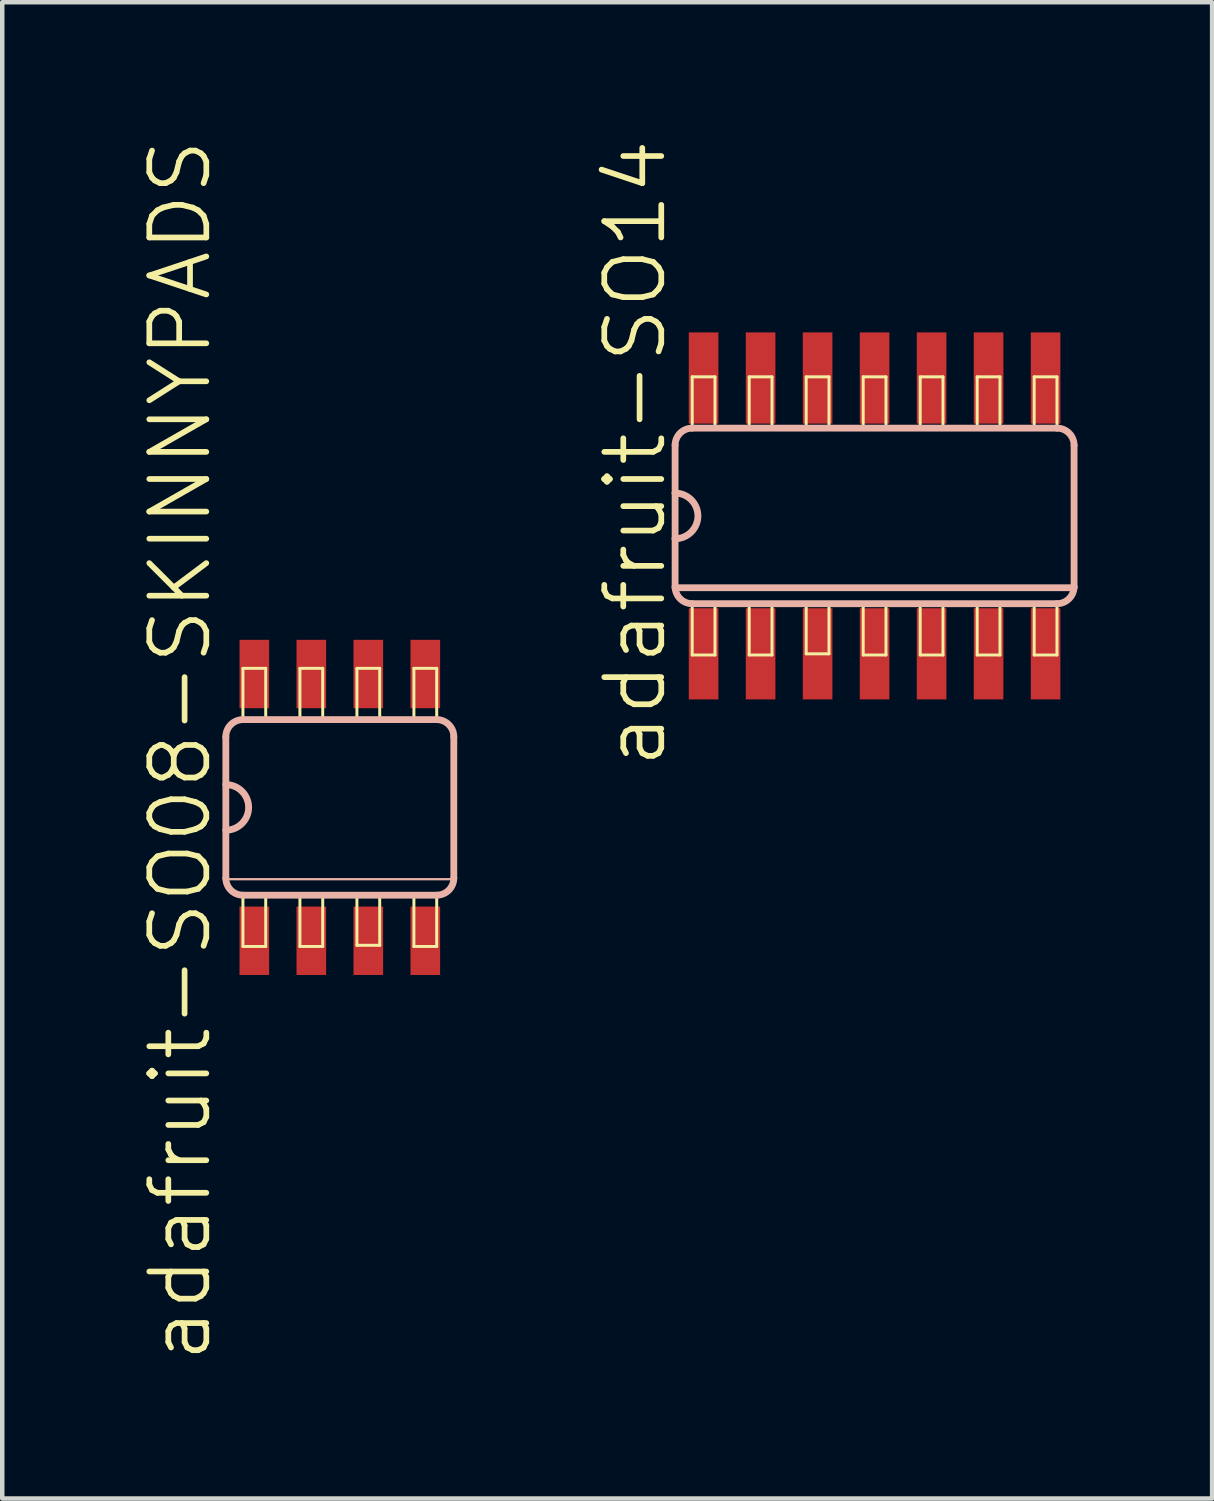
<source format=kicad_pcb>
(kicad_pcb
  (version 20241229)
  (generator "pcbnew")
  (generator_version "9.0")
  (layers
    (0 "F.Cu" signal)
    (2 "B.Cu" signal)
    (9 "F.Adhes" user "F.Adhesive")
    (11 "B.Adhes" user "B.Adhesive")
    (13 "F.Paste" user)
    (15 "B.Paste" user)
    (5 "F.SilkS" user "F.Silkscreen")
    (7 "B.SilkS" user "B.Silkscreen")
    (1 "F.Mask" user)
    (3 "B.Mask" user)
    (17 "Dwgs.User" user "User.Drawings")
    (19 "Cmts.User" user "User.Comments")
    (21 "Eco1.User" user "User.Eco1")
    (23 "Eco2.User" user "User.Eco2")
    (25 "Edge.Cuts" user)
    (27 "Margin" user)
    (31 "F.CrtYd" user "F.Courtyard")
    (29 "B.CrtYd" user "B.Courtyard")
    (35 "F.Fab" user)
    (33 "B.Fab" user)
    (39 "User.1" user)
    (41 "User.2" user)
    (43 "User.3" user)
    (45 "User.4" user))
  (footprint "adafruit-SO14"
    (layer "F.Cu")
    (at 16.438 8.446)
    (property "Reference" "adafruit-SO14" (at -5.334 -1.397 90) (layer "F.SilkS") (effects (font (size 1.27 1.27) (thickness 0.127))))
    (attr smd)
    (fp_line (start -4.064 -3.099) (end -3.556 -3.099) (stroke (width 0.066) (type solid)) (layer "F.SilkS"))
    (fp_line (start -4.064 -1.956) (end -4.064 -3.099) (stroke (width 0.066) (type solid)) (layer "F.SilkS"))
    (fp_line (start -4.064 -1.956) (end -3.556 -1.956) (stroke (width 0.066) (type solid)) (layer "F.SilkS"))
    (fp_line (start -4.064 1.956) (end -3.556 1.956) (stroke (width 0.066) (type solid)) (layer "F.SilkS"))
    (fp_line (start -4.064 3.099) (end -4.064 1.956) (stroke (width 0.066) (type solid)) (layer "F.SilkS"))
    (fp_line (start -4.064 3.099) (end -3.556 3.099) (stroke (width 0.066) (type solid)) (layer "F.SilkS"))
    (fp_line (start -3.556 -1.956) (end -3.556 -3.099) (stroke (width 0.066) (type solid)) (layer "F.SilkS"))
    (fp_line (start -3.556 3.099) (end -3.556 1.956) (stroke (width 0.066) (type solid)) (layer "F.SilkS"))
    (fp_line (start -2.794 -3.099) (end -2.286 -3.099) (stroke (width 0.066) (type solid)) (layer "F.SilkS"))
    (fp_line (start -2.794 -1.956) (end -2.794 -3.099) (stroke (width 0.066) (type solid)) (layer "F.SilkS"))
    (fp_line (start -2.794 -1.956) (end -2.286 -1.956) (stroke (width 0.066) (type solid)) (layer "F.SilkS"))
    (fp_line (start -2.794 1.956) (end -2.286 1.956) (stroke (width 0.066) (type solid)) (layer "F.SilkS"))
    (fp_line (start -2.794 3.099) (end -2.794 1.956) (stroke (width 0.066) (type solid)) (layer "F.SilkS"))
    (fp_line (start -2.794 3.099) (end -2.286 3.099) (stroke (width 0.066) (type solid)) (layer "F.SilkS"))
    (fp_line (start -2.286 -1.956) (end -2.286 -3.099) (stroke (width 0.066) (type solid)) (layer "F.SilkS"))
    (fp_line (start -2.286 3.099) (end -2.286 1.956) (stroke (width 0.066) (type solid)) (layer "F.SilkS"))
    (fp_line (start -1.524 -3.099) (end -1.016 -3.099) (stroke (width 0.066) (type solid)) (layer "F.SilkS"))
    (fp_line (start -1.524 -1.956) (end -1.524 -3.099) (stroke (width 0.066) (type solid)) (layer "F.SilkS"))
    (fp_line (start -1.524 -1.956) (end -1.016 -1.956) (stroke (width 0.066) (type solid)) (layer "F.SilkS"))
    (fp_line (start -1.524 1.93) (end -1.016 1.93) (stroke (width 0.066) (type solid)) (layer "F.SilkS"))
    (fp_line (start -1.524 3.073) (end -1.524 1.93) (stroke (width 0.066) (type solid)) (layer "F.SilkS"))
    (fp_line (start -1.524 3.073) (end -1.016 3.073) (stroke (width 0.066) (type solid)) (layer "F.SilkS"))
    (fp_line (start -1.016 -1.956) (end -1.016 -3.099) (stroke (width 0.066) (type solid)) (layer "F.SilkS"))
    (fp_line (start -1.016 3.073) (end -1.016 1.93) (stroke (width 0.066) (type solid)) (layer "F.SilkS"))
    (fp_line (start -0.254 -3.099) (end 0.254 -3.099) (stroke (width 0.066) (type solid)) (layer "F.SilkS"))
    (fp_line (start -0.254 -1.956) (end -0.254 -3.099) (stroke (width 0.066) (type solid)) (layer "F.SilkS"))
    (fp_line (start -0.254 -1.956) (end 0.254 -1.956) (stroke (width 0.066) (type solid)) (layer "F.SilkS"))
    (fp_line (start -0.254 1.956) (end 0.254 1.956) (stroke (width 0.066) (type solid)) (layer "F.SilkS"))
    (fp_line (start -0.254 3.099) (end -0.254 1.956) (stroke (width 0.066) (type solid)) (layer "F.SilkS"))
    (fp_line (start -0.254 3.099) (end 0.254 3.099) (stroke (width 0.066) (type solid)) (layer "F.SilkS"))
    (fp_line (start 0.254 -1.956) (end 0.254 -3.099) (stroke (width 0.066) (type solid)) (layer "F.SilkS"))
    (fp_line (start 0.254 3.099) (end 0.254 1.956) (stroke (width 0.066) (type solid)) (layer "F.SilkS"))
    (fp_line (start 1.016 -3.099) (end 1.524 -3.099) (stroke (width 0.066) (type solid)) (layer "F.SilkS"))
    (fp_line (start 1.016 -1.956) (end 1.016 -3.099) (stroke (width 0.066) (type solid)) (layer "F.SilkS"))
    (fp_line (start 1.016 -1.956) (end 1.524 -1.956) (stroke (width 0.066) (type solid)) (layer "F.SilkS"))
    (fp_line (start 1.016 1.956) (end 1.524 1.956) (stroke (width 0.066) (type solid)) (layer "F.SilkS"))
    (fp_line (start 1.016 3.099) (end 1.016 1.956) (stroke (width 0.066) (type solid)) (layer "F.SilkS"))
    (fp_line (start 1.016 3.099) (end 1.524 3.099) (stroke (width 0.066) (type solid)) (layer "F.SilkS"))
    (fp_line (start 1.524 -1.956) (end 1.524 -3.099) (stroke (width 0.066) (type solid)) (layer "F.SilkS"))
    (fp_line (start 1.524 3.099) (end 1.524 1.956) (stroke (width 0.066) (type solid)) (layer "F.SilkS"))
    (fp_line (start 2.286 -3.099) (end 2.794 -3.099) (stroke (width 0.066) (type solid)) (layer "F.SilkS"))
    (fp_line (start 2.286 -1.956) (end 2.286 -3.099) (stroke (width 0.066) (type solid)) (layer "F.SilkS"))
    (fp_line (start 2.286 -1.956) (end 2.794 -1.956) (stroke (width 0.066) (type solid)) (layer "F.SilkS"))
    (fp_line (start 2.286 1.956) (end 2.794 1.956) (stroke (width 0.066) (type solid)) (layer "F.SilkS"))
    (fp_line (start 2.286 3.099) (end 2.286 1.956) (stroke (width 0.066) (type solid)) (layer "F.SilkS"))
    (fp_line (start 2.286 3.099) (end 2.794 3.099) (stroke (width 0.066) (type solid)) (layer "F.SilkS"))
    (fp_line (start 2.794 -1.956) (end 2.794 -3.099) (stroke (width 0.066) (type solid)) (layer "F.SilkS"))
    (fp_line (start 2.794 3.099) (end 2.794 1.956) (stroke (width 0.066) (type solid)) (layer "F.SilkS"))
    (fp_line (start 3.556 -3.099) (end 4.064 -3.099) (stroke (width 0.066) (type solid)) (layer "F.SilkS"))
    (fp_line (start 3.556 -1.956) (end 3.556 -3.099) (stroke (width 0.066) (type solid)) (layer "F.SilkS"))
    (fp_line (start 3.556 -1.956) (end 4.064 -1.956) (stroke (width 0.066) (type solid)) (layer "F.SilkS"))
    (fp_line (start 3.556 1.956) (end 4.064 1.956) (stroke (width 0.066) (type solid)) (layer "F.SilkS"))
    (fp_line (start 3.556 3.099) (end 3.556 1.956) (stroke (width 0.066) (type solid)) (layer "F.SilkS"))
    (fp_line (start 3.556 3.099) (end 4.064 3.099) (stroke (width 0.066) (type solid)) (layer "F.SilkS"))
    (fp_line (start 4.064 -1.956) (end 4.064 -3.099) (stroke (width 0.066) (type solid)) (layer "F.SilkS"))
    (fp_line (start 4.064 3.099) (end 4.064 1.956) (stroke (width 0.066) (type solid)) (layer "F.SilkS"))
    (fp_line (start -4.445 -1.575) (end -4.445 -0.508) (stroke (width 0.152) (type solid)) (layer "B.SilkS"))
    (fp_line (start -4.445 -0.508) (end -4.445 0.508) (stroke (width 0.152) (type solid)) (layer "B.SilkS"))
    (fp_line (start -4.445 0.508) (end -4.445 1.575) (stroke (width 0.152) (type solid)) (layer "B.SilkS"))
    (fp_line (start -4.445 1.6) (end 4.445 1.6) (stroke (width 0.152) (type solid)) (layer "B.SilkS"))
    (fp_line (start -4.064 1.956) (end 4.064 1.956) (stroke (width 0.152) (type solid)) (layer "B.SilkS"))
    (fp_line (start 4.064 -1.956) (end -4.064 -1.956) (stroke (width 0.152) (type solid)) (layer "B.SilkS"))
    (fp_line (start 4.445 1.575) (end 4.445 -1.575) (stroke (width 0.152) (type solid)) (layer "B.SilkS"))
    (fp_arc (start -4.445 -1.5748) (mid -4.333408 -1.844208) (end -4.064 -1.9558) (stroke (width 0.1524) (type solid)) (layer "B.SilkS"))
    (fp_arc (start -4.445 -0.508) (mid -3.937 0) (end -4.445 0.508) (stroke (width 0.1524) (type solid)) (layer "B.SilkS"))
    (fp_arc (start -4.064 1.9558) (mid -4.333408 1.844208) (end -4.445 1.5748) (stroke (width 0.1524) (type solid)) (layer "B.SilkS"))
    (fp_arc (start 4.064 -1.9558) (mid 4.333408 -1.844208) (end 4.445 -1.5748) (stroke (width 0.1524) (type solid)) (layer "B.SilkS"))
    (fp_arc (start 4.445 1.5748) (mid 4.333408 1.844208) (end 4.064 1.9558) (stroke (width 0.1524) (type solid)) (layer "B.SilkS"))
    (pad "1" smd rect (at -3.81 3.073) (size 0.66 2.032) (layers "F.Cu" "F.Mask" "F.Paste"))
    (pad "2" smd rect (at -2.54 3.073) (size 0.66 2.032) (layers "F.Cu" "F.Mask" "F.Paste"))
    (pad "3" smd rect (at -1.27 3.073) (size 0.66 2.032) (layers "F.Cu" "F.Mask" "F.Paste"))
    (pad "4" smd rect (at 0 3.073) (size 0.66 2.032) (layers "F.Cu" "F.Mask" "F.Paste"))
    (pad "5" smd rect (at 1.27 3.073) (size 0.66 2.032) (layers "F.Cu" "F.Mask" "F.Paste"))
    (pad "6" smd rect (at 2.54 3.073) (size 0.66 2.032) (layers "F.Cu" "F.Mask" "F.Paste"))
    (pad "7" smd rect (at 3.81 3.073) (size 0.66 2.032) (layers "F.Cu" "F.Mask" "F.Paste"))
    (pad "8" smd rect (at 3.81 -3.073) (size 0.66 2.032) (layers "F.Cu" "F.Mask" "F.Paste"))
    (pad "9" smd rect (at 2.54 -3.073) (size 0.66 2.032) (layers "F.Cu" "F.Mask" "F.Paste"))
    (pad "10" smd rect (at 1.27 -3.073) (size 0.66 2.032) (layers "F.Cu" "F.Mask" "F.Paste"))
    (pad "11" smd rect (at 0 -3.073) (size 0.66 2.032) (layers "F.Cu" "F.Mask" "F.Paste"))
    (pad "12" smd rect (at -1.27 -3.073) (size 0.66 2.032) (layers "F.Cu" "F.Mask" "F.Paste"))
    (pad "13" smd rect (at -2.54 -3.073) (size 0.66 2.032) (layers "F.Cu" "F.Mask" "F.Paste"))
    (pad "14" smd rect (at -3.81 -3.073) (size 0.66 2.032) (layers "F.Cu" "F.Mask" "F.Paste")))
  (footprint "adafruit-SO08-SKINNYPADS"
    (layer "F.Cu")
    (at 4.522 14.941)
    (property "Reference" "adafruit-SO08-SKINNYPADS" (at -3.556 -1.27 90) (layer "F.SilkS") (effects (font (size 1.27 1.27) (thickness 0.127))))
    (attr smd)
    (fp_line (start -2.159 -3.099) (end -1.651 -3.099) (stroke (width 0.066) (type solid)) (layer "F.SilkS"))
    (fp_line (start -2.159 -1.956) (end -2.159 -3.099) (stroke (width 0.066) (type solid)) (layer "F.SilkS"))
    (fp_line (start -2.159 -1.956) (end -1.651 -1.956) (stroke (width 0.066) (type solid)) (layer "F.SilkS"))
    (fp_line (start -2.159 1.956) (end -1.651 1.956) (stroke (width 0.066) (type solid)) (layer "F.SilkS"))
    (fp_line (start -2.159 3.099) (end -2.159 1.956) (stroke (width 0.066) (type solid)) (layer "F.SilkS"))
    (fp_line (start -2.159 3.099) (end -1.651 3.099) (stroke (width 0.066) (type solid)) (layer "F.SilkS"))
    (fp_line (start -1.651 -1.956) (end -1.651 -3.099) (stroke (width 0.066) (type solid)) (layer "F.SilkS"))
    (fp_line (start -1.651 3.099) (end -1.651 1.956) (stroke (width 0.066) (type solid)) (layer "F.SilkS"))
    (fp_line (start -0.889 -3.099) (end -0.381 -3.099) (stroke (width 0.066) (type solid)) (layer "F.SilkS"))
    (fp_line (start -0.889 -1.956) (end -0.889 -3.099) (stroke (width 0.066) (type solid)) (layer "F.SilkS"))
    (fp_line (start -0.889 -1.956) (end -0.381 -1.956) (stroke (width 0.066) (type solid)) (layer "F.SilkS"))
    (fp_line (start -0.889 1.956) (end -0.381 1.956) (stroke (width 0.066) (type solid)) (layer "F.SilkS"))
    (fp_line (start -0.889 3.099) (end -0.889 1.956) (stroke (width 0.066) (type solid)) (layer "F.SilkS"))
    (fp_line (start -0.889 3.099) (end -0.381 3.099) (stroke (width 0.066) (type solid)) (layer "F.SilkS"))
    (fp_line (start -0.381 -1.956) (end -0.381 -3.099) (stroke (width 0.066) (type solid)) (layer "F.SilkS"))
    (fp_line (start -0.381 3.099) (end -0.381 1.956) (stroke (width 0.066) (type solid)) (layer "F.SilkS"))
    (fp_line (start 0.381 -3.099) (end 0.889 -3.099) (stroke (width 0.066) (type solid)) (layer "F.SilkS"))
    (fp_line (start 0.381 -1.956) (end 0.381 -3.099) (stroke (width 0.066) (type solid)) (layer "F.SilkS"))
    (fp_line (start 0.381 -1.956) (end 0.889 -1.956) (stroke (width 0.066) (type solid)) (layer "F.SilkS"))
    (fp_line (start 0.381 1.93) (end 0.889 1.93) (stroke (width 0.066) (type solid)) (layer "F.SilkS"))
    (fp_line (start 0.381 3.073) (end 0.381 1.93) (stroke (width 0.066) (type solid)) (layer "F.SilkS"))
    (fp_line (start 0.381 3.073) (end 0.889 3.073) (stroke (width 0.066) (type solid)) (layer "F.SilkS"))
    (fp_line (start 0.889 -1.956) (end 0.889 -3.099) (stroke (width 0.066) (type solid)) (layer "F.SilkS"))
    (fp_line (start 0.889 3.073) (end 0.889 1.93) (stroke (width 0.066) (type solid)) (layer "F.SilkS"))
    (fp_line (start 1.651 -3.099) (end 2.159 -3.099) (stroke (width 0.066) (type solid)) (layer "F.SilkS"))
    (fp_line (start 1.651 -1.956) (end 1.651 -3.099) (stroke (width 0.066) (type solid)) (layer "F.SilkS"))
    (fp_line (start 1.651 -1.956) (end 2.159 -1.956) (stroke (width 0.066) (type solid)) (layer "F.SilkS"))
    (fp_line (start 1.651 1.956) (end 2.159 1.956) (stroke (width 0.066) (type solid)) (layer "F.SilkS"))
    (fp_line (start 1.651 3.099) (end 1.651 1.956) (stroke (width 0.066) (type solid)) (layer "F.SilkS"))
    (fp_line (start 1.651 3.099) (end 2.159 3.099) (stroke (width 0.066) (type solid)) (layer "F.SilkS"))
    (fp_line (start 2.159 -1.956) (end 2.159 -3.099) (stroke (width 0.066) (type solid)) (layer "F.SilkS"))
    (fp_line (start 2.159 3.099) (end 2.159 1.956) (stroke (width 0.066) (type solid)) (layer "F.SilkS"))
    (fp_line (start -2.54 -1.575) (end -2.54 1.575) (stroke (width 0.152) (type solid)) (layer "B.SilkS"))
    (fp_line (start -2.54 1.6) (end 2.54 1.6) (stroke (width 0.051) (type solid)) (layer "B.SilkS"))
    (fp_line (start -2.159 1.956) (end 2.159 1.956) (stroke (width 0.152) (type solid)) (layer "B.SilkS"))
    (fp_line (start 2.159 -1.956) (end -2.159 -1.956) (stroke (width 0.152) (type solid)) (layer "B.SilkS"))
    (fp_line (start 2.54 1.575) (end 2.54 -1.575) (stroke (width 0.152) (type solid)) (layer "B.SilkS"))
    (fp_arc (start -2.54 -1.5748) (mid -2.428408 -1.844208) (end -2.159 -1.9558) (stroke (width 0.1524) (type solid)) (layer "B.SilkS"))
    (fp_arc (start -2.54 -0.508) (mid -2.032 0) (end -2.54 0.508) (stroke (width 0.1524) (type solid)) (layer "B.SilkS"))
    (fp_arc (start -2.159 1.9558) (mid -2.428408 1.844208) (end -2.54 1.5748) (stroke (width 0.1524) (type solid)) (layer "B.SilkS"))
    (fp_arc (start 2.159 -1.9558) (mid 2.428408 -1.844208) (end 2.54 -1.5748) (stroke (width 0.1524) (type solid)) (layer "B.SilkS"))
    (fp_arc (start 2.54 1.5748) (mid 2.428408 1.844208) (end 2.159 1.9558) (stroke (width 0.1524) (type solid)) (layer "B.SilkS"))
    (pad "1" smd rect (at -1.905 2.972) (size 0.66 1.524) (layers "F.Cu" "F.Mask" "F.Paste"))
    (pad "2" smd rect (at -0.635 2.972) (size 0.66 1.524) (layers "F.Cu" "F.Mask" "F.Paste"))
    (pad "3" smd rect (at 0.635 2.972) (size 0.66 1.524) (layers "F.Cu" "F.Mask" "F.Paste"))
    (pad "4" smd rect (at 1.905 2.972) (size 0.66 1.524) (layers "F.Cu" "F.Mask" "F.Paste"))
    (pad "5" smd rect (at 1.905 -2.972) (size 0.66 1.524) (layers "F.Cu" "F.Mask" "F.Paste"))
    (pad "6" smd rect (at 0.635 -2.972) (size 0.66 1.524) (layers "F.Cu" "F.Mask" "F.Paste"))
    (pad "7" smd rect (at -0.635 -2.972) (size 0.66 1.524) (layers "F.Cu" "F.Mask" "F.Paste"))
    (pad "8" smd rect (at -1.905 -2.972) (size 0.66 1.524) (layers "F.Cu" "F.Mask" "F.Paste")))
  (gr_rect
    (start -3 -3)
    (end 23.959 30.341)
    (stroke (width 0.1) (type default))
    (fill no)
    (layer "Edge.Cuts")))
</source>
